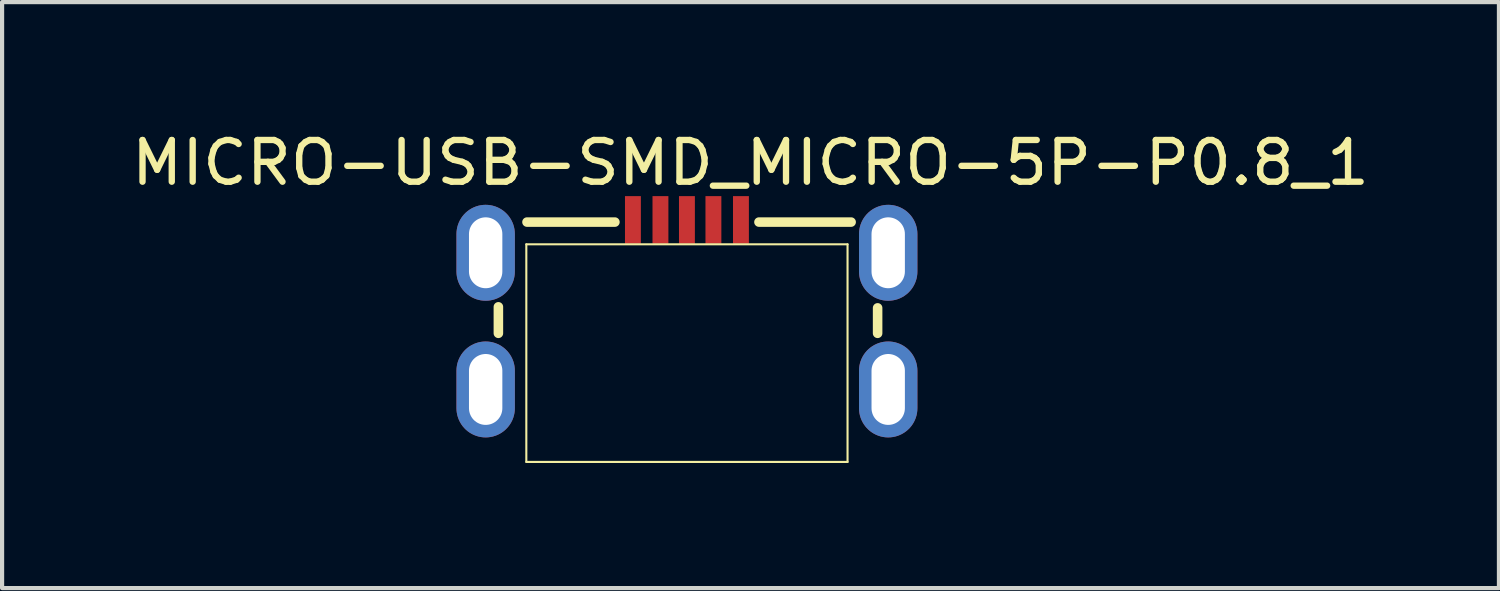
<source format=kicad_pcb>
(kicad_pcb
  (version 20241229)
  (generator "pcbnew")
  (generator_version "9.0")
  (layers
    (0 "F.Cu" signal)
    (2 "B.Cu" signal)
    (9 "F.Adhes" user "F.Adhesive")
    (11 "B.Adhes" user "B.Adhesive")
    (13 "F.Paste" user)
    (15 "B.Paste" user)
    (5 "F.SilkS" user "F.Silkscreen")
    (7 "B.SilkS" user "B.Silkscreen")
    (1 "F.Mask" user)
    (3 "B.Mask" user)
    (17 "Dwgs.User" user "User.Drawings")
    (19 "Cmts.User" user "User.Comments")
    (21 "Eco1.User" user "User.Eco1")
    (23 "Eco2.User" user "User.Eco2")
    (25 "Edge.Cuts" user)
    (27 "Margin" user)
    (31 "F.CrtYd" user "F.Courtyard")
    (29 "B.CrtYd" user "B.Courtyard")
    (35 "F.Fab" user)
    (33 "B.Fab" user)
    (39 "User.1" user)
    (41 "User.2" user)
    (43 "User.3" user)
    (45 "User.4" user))
  (footprint "MICRO-USB-SMD_MICRO-5P-P0.8_1"
    (layer "F.Cu")
    (at 13.421 4.256)
    (property "Reference" "MICRO-USB-SMD_MICRO-5P-P0.8_1" (at 1.524 -3.404 0) (unlocked yes) (layer "F.SilkS") (effects (font (size 1 1.052) (thickness 0.152))))
    (attr smd)
    (fp_line (start -4.521 0.686) (end -4.521 0.051) (stroke (width 0.229) (type solid)) (layer "F.SilkS"))
    (fp_line (start -3.851 -1.448) (end -3.851 3.77) (stroke (width 0.05) (type solid)) (layer "F.SilkS"))
    (fp_line (start -3.851 -1.448) (end 3.851 -1.448) (stroke (width 0.05) (type solid)) (layer "F.SilkS"))
    (fp_line (start -3.851 3.77) (end 3.851 3.77) (stroke (width 0.05) (type solid)) (layer "F.SilkS"))
    (fp_line (start -3.835 -1.981) (end -1.727 -1.981) (stroke (width 0.229) (type solid)) (layer "F.SilkS"))
    (fp_line (start 1.727 -1.981) (end 3.937 -1.981) (stroke (width 0.229) (type solid)) (layer "F.SilkS"))
    (fp_line (start 3.851 -1.448) (end 3.851 3.77) (stroke (width 0.05) (type solid)) (layer "F.SilkS"))
    (fp_line (start 4.572 0.686) (end 4.572 0.076) (stroke (width 0.229) (type solid)) (layer "F.SilkS"))
    (pad "1" smd rect (at -1.295 -2.032 270) (size 1.143 0.381) (layers "F.Cu" "F.Mask" "F.Paste"))
    (pad "2" smd rect (at -0.635 -2.032 270) (size 1.143 0.381) (layers "F.Cu" "F.Mask" "F.Paste"))
    (pad "3" smd rect (at 0 -2.032 270) (size 1.143 0.381) (layers "F.Cu" "F.Mask" "F.Paste"))
    (pad "4" smd rect (at 0.635 -2.032 270) (size 1.143 0.381) (layers "F.Cu" "F.Mask" "F.Paste"))
    (pad "5" smd rect (at 1.295 -2.032 270) (size 1.143 0.381) (layers "F.Cu" "F.Mask" "F.Paste"))
    (pad "6" thru_hole oval (at -4.826 -1.245) (size 1.4 2.3) (drill oval 0.8 1.7) (layers "*.Cu" "*.Mask"))
    (pad "6" thru_hole oval (at -4.826 2.032) (size 1.4 2.3) (drill oval 0.8 1.7) (layers "*.Cu" "*.Mask"))
    (pad "6" thru_hole oval (at 4.826 -1.245) (size 1.4 2.3) (drill oval 0.8 1.7) (layers "*.Cu" "*.Mask"))
    (pad "6" thru_hole oval (at 4.826 2.032) (size 1.4 2.3) (drill oval 0.8 1.7) (layers "*.Cu" "*.Mask")))
  (gr_rect
    (start -3 -3)
    (end 32.891 11.051)
    (stroke (width 0.1) (type default))
    (fill no)
    (layer "Edge.Cuts")))
</source>
